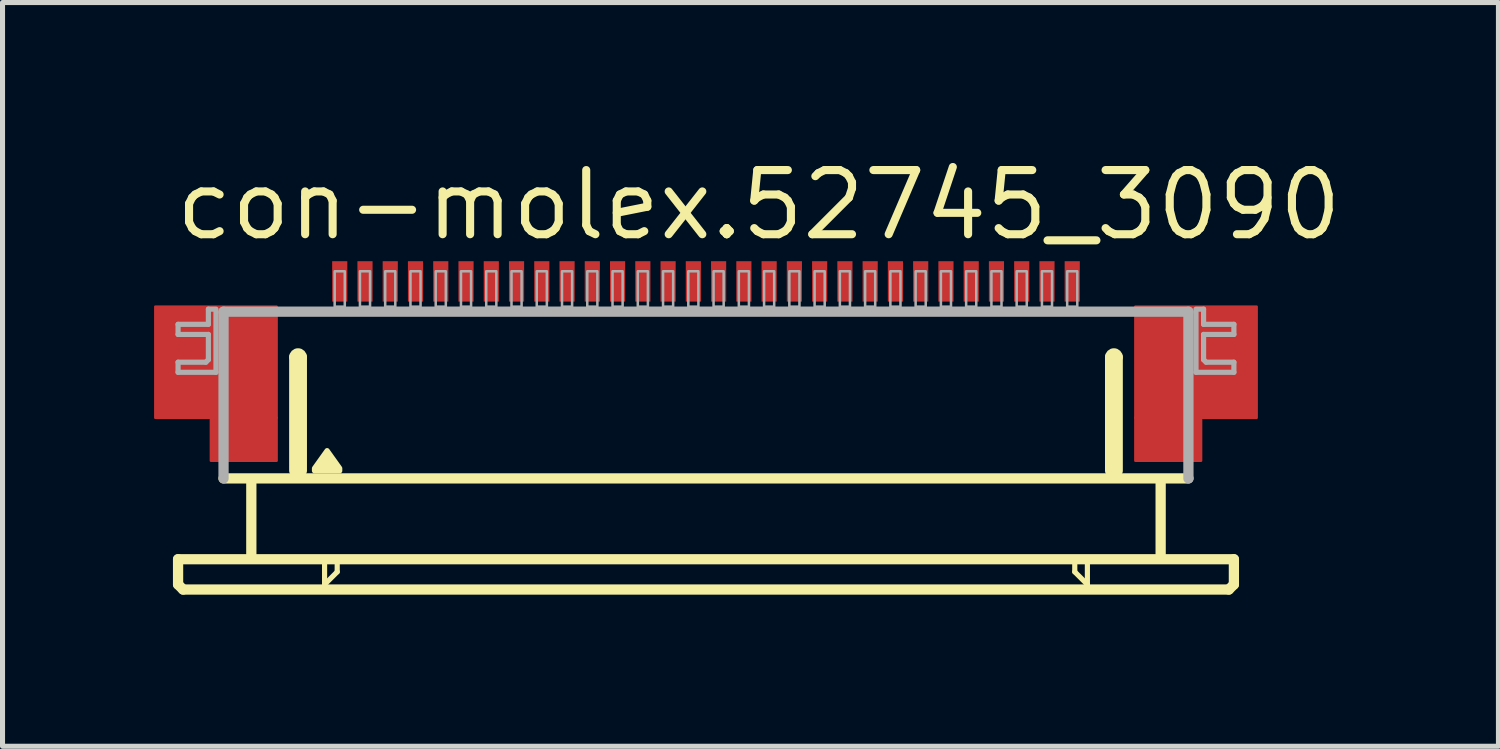
<source format=kicad_pcb>
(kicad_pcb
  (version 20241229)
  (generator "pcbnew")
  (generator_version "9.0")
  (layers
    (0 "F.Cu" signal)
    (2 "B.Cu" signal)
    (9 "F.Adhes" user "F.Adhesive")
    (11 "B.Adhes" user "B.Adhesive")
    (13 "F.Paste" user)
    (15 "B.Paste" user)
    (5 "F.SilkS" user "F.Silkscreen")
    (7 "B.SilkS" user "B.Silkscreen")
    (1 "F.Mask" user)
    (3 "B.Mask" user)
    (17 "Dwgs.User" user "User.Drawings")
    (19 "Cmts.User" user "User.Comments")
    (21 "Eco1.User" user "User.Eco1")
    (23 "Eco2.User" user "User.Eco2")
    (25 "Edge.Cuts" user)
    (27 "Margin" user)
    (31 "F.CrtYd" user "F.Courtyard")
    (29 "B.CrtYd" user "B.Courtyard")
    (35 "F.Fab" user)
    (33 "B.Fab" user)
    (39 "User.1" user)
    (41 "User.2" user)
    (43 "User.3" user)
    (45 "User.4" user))
  (footprint "con-molex.52745_3090"
    (layer "F.Cu")
    (at 10.925 5.02)
    (property "Reference" "con-molex.52745_3090" (at -10.58 -3.27 0) (layer "F.SilkS") (effects (font (size 1.27 1.27) (thickness 0.16)) (justify left bottom)))
    (attr smd)
    (fp_rect (start -10.9 0.2) (end -8.5 -2) (stroke (width 0.05) (type default)) (fill yes) (layer "F.Cu"))
    (fp_rect (start -9.8 1.05) (end -8.5 0.2) (stroke (width 0.05) (type default)) (fill yes) (layer "F.Cu"))
    (fp_rect (start 8.5 0.2) (end 10.9 -2) (stroke (width 0.05) (type default)) (fill yes) (layer "F.Cu"))
    (fp_rect (start 8.5 1.05) (end 9.8 0.2) (stroke (width 0.05) (type default)) (fill yes) (layer "F.Cu"))
    (fp_rect (start -10.9 0.2) (end -9.75 -2) (stroke (width 0.05) (type default)) (fill yes) (layer "F.Mask"))
    (fp_rect (start -9.8 1.05) (end -8.5 -2) (stroke (width 0.05) (type default)) (fill yes) (layer "F.Mask"))
    (fp_rect (start 8.5 1.05) (end 9.8 -2) (stroke (width 0.05) (type default)) (fill yes) (layer "F.Mask"))
    (fp_rect (start 9.75 0.2) (end 10.9 -2) (stroke (width 0.05) (type default)) (fill yes) (layer "F.Mask"))
    (fp_line (start -10.45 3) (end -10.45 3.5) (stroke (width 0.203) (type default)) (layer "F.SilkS"))
    (fp_line (start -10.45 3.5) (end -10.35 3.6) (stroke (width 0.203) (type default)) (layer "F.SilkS"))
    (fp_line (start -10.35 3.6) (end 10.35 3.6) (stroke (width 0.203) (type default)) (layer "F.SilkS"))
    (fp_line (start -9 1.5) (end -9 2.9) (stroke (width 0.203) (type default)) (layer "F.SilkS"))
    (fp_line (start -8.15 1.25) (end -8.15 -1) (stroke (width 0.203) (type default)) (layer "F.SilkS"))
    (fp_line (start -8 -1) (end -8 1.25) (stroke (width 0.203) (type default)) (layer "F.SilkS"))
    (fp_line (start -7.55 3.1) (end -7.55 3.5) (stroke (width 0.102) (type default)) (layer "F.SilkS"))
    (fp_line (start -7.55 3.5) (end -7.3 3.25) (stroke (width 0.102) (type default)) (layer "F.SilkS"))
    (fp_line (start -7.3 3.25) (end -7.3 3.1) (stroke (width 0.102) (type default)) (layer "F.SilkS"))
    (fp_line (start 7.3 3.1) (end 7.3 3.25) (stroke (width 0.102) (type default)) (layer "F.SilkS"))
    (fp_line (start 7.3 3.25) (end 7.55 3.5) (stroke (width 0.102) (type default)) (layer "F.SilkS"))
    (fp_line (start 7.55 3.5) (end 7.55 3.1) (stroke (width 0.102) (type default)) (layer "F.SilkS"))
    (fp_line (start 8 1.25) (end 8 -1) (stroke (width 0.203) (type default)) (layer "F.SilkS"))
    (fp_line (start 8.15 -1) (end 8.15 1.25) (stroke (width 0.203) (type default)) (layer "F.SilkS"))
    (fp_line (start 9 1.5) (end 9 2.9) (stroke (width 0.203) (type default)) (layer "F.SilkS"))
    (fp_line (start 9.55 1.4) (end -9.55 1.4) (stroke (width 0.203) (type default)) (layer "F.SilkS"))
    (fp_line (start 10.35 3.6) (end 10.45 3.5) (stroke (width 0.203) (type default)) (layer "F.SilkS"))
    (fp_line (start 10.45 3) (end -10.45 3) (stroke (width 0.203) (type default)) (layer "F.SilkS"))
    (fp_line (start 10.45 3.5) (end 10.45 3) (stroke (width 0.203) (type default)) (layer "F.SilkS"))
    (fp_arc (start -8.15 -1) (mid -8.075 -1.075) (end -8 -1) (stroke (width 0.2032) (type default)) (layer "F.SilkS"))
    (fp_arc (start 8 -1) (mid 8.075 -1.075) (end 8.15 -1) (stroke (width 0.2032) (type default)) (layer "F.SilkS"))
    (fp_poly (pts (xy -7.75 1.25) (xy -7.75 1.2) (xy -7.5 0.85) (xy -7.25 1.2) (xy -7.25 1.25)) (stroke (width 0.102) (type default)) (fill yes) (layer "F.SilkS"))
    (fp_rect (start -10.7 0.05) (end -8.7 -1.85) (stroke (width 0.05) (type default)) (fill yes) (layer "F.Paste"))
    (fp_rect (start 8.7 0.05) (end 10.7 -1.85) (stroke (width 0.05) (type default)) (fill yes) (layer "F.Paste"))
    (fp_line (start -10.45 -1.65) (end -10.45 -1.45) (stroke (width 0.102) (type default)) (layer "F.Fab"))
    (fp_line (start -10.45 -1.45) (end -9.85 -1.45) (stroke (width 0.102) (type default)) (layer "F.Fab"))
    (fp_line (start -10.45 -0.9) (end -10.45 -0.7) (stroke (width 0.102) (type default)) (layer "F.Fab"))
    (fp_line (start -10.45 -0.7) (end -9.7 -0.7) (stroke (width 0.102) (type default)) (layer "F.Fab"))
    (fp_line (start -9.9 -0.9) (end -10.45 -0.9) (stroke (width 0.102) (type default)) (layer "F.Fab"))
    (fp_line (start -9.85 -1.95) (end -9.85 -1.65) (stroke (width 0.102) (type default)) (layer "F.Fab"))
    (fp_line (start -9.85 -1.65) (end -10.45 -1.65) (stroke (width 0.102) (type default)) (layer "F.Fab"))
    (fp_line (start -9.85 -1.45) (end -9.85 -0.95) (stroke (width 0.102) (type default)) (layer "F.Fab"))
    (fp_line (start -9.85 -0.95) (end -9.9 -0.9) (stroke (width 0.102) (type default)) (layer "F.Fab"))
    (fp_line (start -9.7 -1.95) (end -9.85 -1.95) (stroke (width 0.102) (type default)) (layer "F.Fab"))
    (fp_line (start -9.7 -0.7) (end -9.7 -1.9) (stroke (width 0.102) (type default)) (layer "F.Fab"))
    (fp_line (start -9.55 -1.9) (end 9.55 -1.9) (stroke (width 0.203) (type default)) (layer "F.Fab"))
    (fp_line (start -9.55 1.4) (end -9.55 -1.9) (stroke (width 0.203) (type default)) (layer "F.Fab"))
    (fp_line (start 9.55 -1.9) (end 9.55 1.4) (stroke (width 0.203) (type default)) (layer "F.Fab"))
    (fp_line (start 9.7 -1.95) (end 9.85 -1.95) (stroke (width 0.102) (type default)) (layer "F.Fab"))
    (fp_line (start 9.7 -0.7) (end 9.7 -1.9) (stroke (width 0.102) (type default)) (layer "F.Fab"))
    (fp_line (start 9.85 -1.95) (end 9.85 -1.65) (stroke (width 0.102) (type default)) (layer "F.Fab"))
    (fp_line (start 9.85 -1.65) (end 10.45 -1.65) (stroke (width 0.102) (type default)) (layer "F.Fab"))
    (fp_line (start 9.85 -1.45) (end 9.85 -0.95) (stroke (width 0.102) (type default)) (layer "F.Fab"))
    (fp_line (start 9.85 -0.95) (end 9.9 -0.9) (stroke (width 0.102) (type default)) (layer "F.Fab"))
    (fp_line (start 9.9 -0.9) (end 10.45 -0.9) (stroke (width 0.102) (type default)) (layer "F.Fab"))
    (fp_line (start 10.45 -1.65) (end 10.45 -1.45) (stroke (width 0.102) (type default)) (layer "F.Fab"))
    (fp_line (start 10.45 -1.45) (end 9.85 -1.45) (stroke (width 0.102) (type default)) (layer "F.Fab"))
    (fp_line (start 10.45 -0.9) (end 10.45 -0.7) (stroke (width 0.102) (type default)) (layer "F.Fab"))
    (fp_line (start 10.45 -0.7) (end 9.7 -0.7) (stroke (width 0.102) (type default)) (layer "F.Fab"))
    (fp_rect (start -7.35 -2) (end -7.15 -2.7) (stroke (width 0.05) (type default)) (fill no) (layer "F.Fab"))
    (fp_rect (start -6.85 -2) (end -6.65 -2.7) (stroke (width 0.05) (type default)) (fill no) (layer "F.Fab"))
    (fp_rect (start -6.35 -2) (end -6.15 -2.7) (stroke (width 0.05) (type default)) (fill no) (layer "F.Fab"))
    (fp_rect (start -5.85 -2) (end -5.65 -2.7) (stroke (width 0.05) (type default)) (fill no) (layer "F.Fab"))
    (fp_rect (start -5.35 -2) (end -5.15 -2.7) (stroke (width 0.05) (type default)) (fill no) (layer "F.Fab"))
    (fp_rect (start -4.85 -2) (end -4.65 -2.7) (stroke (width 0.05) (type default)) (fill no) (layer "F.Fab"))
    (fp_rect (start -4.35 -2) (end -4.15 -2.7) (stroke (width 0.05) (type default)) (fill no) (layer "F.Fab"))
    (fp_rect (start -3.85 -2) (end -3.65 -2.7) (stroke (width 0.05) (type default)) (fill no) (layer "F.Fab"))
    (fp_rect (start -3.35 -2) (end -3.15 -2.7) (stroke (width 0.05) (type default)) (fill no) (layer "F.Fab"))
    (fp_rect (start -2.85 -2) (end -2.65 -2.7) (stroke (width 0.05) (type default)) (fill no) (layer "F.Fab"))
    (fp_rect (start -2.35 -2) (end -2.15 -2.7) (stroke (width 0.05) (type default)) (fill no) (layer "F.Fab"))
    (fp_rect (start -1.85 -2) (end -1.65 -2.7) (stroke (width 0.05) (type default)) (fill no) (layer "F.Fab"))
    (fp_rect (start -1.35 -2) (end -1.15 -2.7) (stroke (width 0.05) (type default)) (fill no) (layer "F.Fab"))
    (fp_rect (start -0.85 -2) (end -0.65 -2.7) (stroke (width 0.05) (type default)) (fill no) (layer "F.Fab"))
    (fp_rect (start -0.35 -2) (end -0.15 -2.7) (stroke (width 0.05) (type default)) (fill no) (layer "F.Fab"))
    (fp_rect (start 0.15 -2) (end 0.35 -2.7) (stroke (width 0.05) (type default)) (fill no) (layer "F.Fab"))
    (fp_rect (start 0.65 -2) (end 0.85 -2.7) (stroke (width 0.05) (type default)) (fill no) (layer "F.Fab"))
    (fp_rect (start 1.15 -2) (end 1.35 -2.7) (stroke (width 0.05) (type default)) (fill no) (layer "F.Fab"))
    (fp_rect (start 1.65 -2) (end 1.85 -2.7) (stroke (width 0.05) (type default)) (fill no) (layer "F.Fab"))
    (fp_rect (start 2.15 -2) (end 2.35 -2.7) (stroke (width 0.05) (type default)) (fill no) (layer "F.Fab"))
    (fp_rect (start 2.65 -2) (end 2.85 -2.7) (stroke (width 0.05) (type default)) (fill no) (layer "F.Fab"))
    (fp_rect (start 3.15 -2) (end 3.35 -2.7) (stroke (width 0.05) (type default)) (fill no) (layer "F.Fab"))
    (fp_rect (start 3.65 -2) (end 3.85 -2.7) (stroke (width 0.05) (type default)) (fill no) (layer "F.Fab"))
    (fp_rect (start 4.15 -2) (end 4.35 -2.7) (stroke (width 0.05) (type default)) (fill no) (layer "F.Fab"))
    (fp_rect (start 4.65 -2) (end 4.85 -2.7) (stroke (width 0.05) (type default)) (fill no) (layer "F.Fab"))
    (fp_rect (start 5.15 -2) (end 5.35 -2.7) (stroke (width 0.05) (type default)) (fill no) (layer "F.Fab"))
    (fp_rect (start 5.65 -2) (end 5.85 -2.7) (stroke (width 0.05) (type default)) (fill no) (layer "F.Fab"))
    (fp_rect (start 6.15 -2) (end 6.35 -2.7) (stroke (width 0.05) (type default)) (fill no) (layer "F.Fab"))
    (fp_rect (start 6.65 -2) (end 6.85 -2.7) (stroke (width 0.05) (type default)) (fill no) (layer "F.Fab"))
    (fp_rect (start 7.15 -2) (end 7.35 -2.7) (stroke (width 0.05) (type default)) (fill no) (layer "F.Fab"))
    (pad "1" smd roundrect (at -7.25 -2.5) (size 0.3 0.8) (layers "F.Cu" "F.Mask" "F.Paste") (roundrect_rratio 0.01))
    (pad "2" smd roundrect (at -6.75 -2.5) (size 0.3 0.8) (layers "F.Cu" "F.Mask" "F.Paste") (roundrect_rratio 0.01))
    (pad "3" smd roundrect (at -6.25 -2.5) (size 0.3 0.8) (layers "F.Cu" "F.Mask" "F.Paste") (roundrect_rratio 0.01))
    (pad "4" smd roundrect (at -5.75 -2.5) (size 0.3 0.8) (layers "F.Cu" "F.Mask" "F.Paste") (roundrect_rratio 0.01))
    (pad "5" smd roundrect (at -5.25 -2.5) (size 0.3 0.8) (layers "F.Cu" "F.Mask" "F.Paste") (roundrect_rratio 0.01))
    (pad "6" smd roundrect (at -4.75 -2.5) (size 0.3 0.8) (layers "F.Cu" "F.Mask" "F.Paste") (roundrect_rratio 0.01))
    (pad "7" smd roundrect (at -4.25 -2.5) (size 0.3 0.8) (layers "F.Cu" "F.Mask" "F.Paste") (roundrect_rratio 0.01))
    (pad "8" smd roundrect (at -3.75 -2.5) (size 0.3 0.8) (layers "F.Cu" "F.Mask" "F.Paste") (roundrect_rratio 0.01))
    (pad "9" smd roundrect (at -3.25 -2.5) (size 0.3 0.8) (layers "F.Cu" "F.Mask" "F.Paste") (roundrect_rratio 0.01))
    (pad "10" smd roundrect (at -2.75 -2.5) (size 0.3 0.8) (layers "F.Cu" "F.Mask" "F.Paste") (roundrect_rratio 0.01))
    (pad "11" smd roundrect (at -2.25 -2.5) (size 0.3 0.8) (layers "F.Cu" "F.Mask" "F.Paste") (roundrect_rratio 0.01))
    (pad "12" smd roundrect (at -1.75 -2.5) (size 0.3 0.8) (layers "F.Cu" "F.Mask" "F.Paste") (roundrect_rratio 0.01))
    (pad "13" smd roundrect (at -1.25 -2.5) (size 0.3 0.8) (layers "F.Cu" "F.Mask" "F.Paste") (roundrect_rratio 0.01))
    (pad "14" smd roundrect (at -0.75 -2.5) (size 0.3 0.8) (layers "F.Cu" "F.Mask" "F.Paste") (roundrect_rratio 0.01))
    (pad "15" smd roundrect (at -0.25 -2.5) (size 0.3 0.8) (layers "F.Cu" "F.Mask" "F.Paste") (roundrect_rratio 0.01))
    (pad "16" smd roundrect (at 0.25 -2.5) (size 0.3 0.8) (layers "F.Cu" "F.Mask" "F.Paste") (roundrect_rratio 0.01))
    (pad "17" smd roundrect (at 0.75 -2.5) (size 0.3 0.8) (layers "F.Cu" "F.Mask" "F.Paste") (roundrect_rratio 0.01))
    (pad "18" smd roundrect (at 1.25 -2.5) (size 0.3 0.8) (layers "F.Cu" "F.Mask" "F.Paste") (roundrect_rratio 0.01))
    (pad "19" smd roundrect (at 1.75 -2.5) (size 0.3 0.8) (layers "F.Cu" "F.Mask" "F.Paste") (roundrect_rratio 0.01))
    (pad "20" smd roundrect (at 2.25 -2.5) (size 0.3 0.8) (layers "F.Cu" "F.Mask" "F.Paste") (roundrect_rratio 0.01))
    (pad "21" smd roundrect (at 2.75 -2.5) (size 0.3 0.8) (layers "F.Cu" "F.Mask" "F.Paste") (roundrect_rratio 0.01))
    (pad "22" smd roundrect (at 3.25 -2.5) (size 0.3 0.8) (layers "F.Cu" "F.Mask" "F.Paste") (roundrect_rratio 0.01))
    (pad "23" smd roundrect (at 3.75 -2.5) (size 0.3 0.8) (layers "F.Cu" "F.Mask" "F.Paste") (roundrect_rratio 0.01))
    (pad "24" smd roundrect (at 4.25 -2.5) (size 0.3 0.8) (layers "F.Cu" "F.Mask" "F.Paste") (roundrect_rratio 0.01))
    (pad "25" smd roundrect (at 4.75 -2.5) (size 0.3 0.8) (layers "F.Cu" "F.Mask" "F.Paste") (roundrect_rratio 0.01))
    (pad "26" smd roundrect (at 5.25 -2.5) (size 0.3 0.8) (layers "F.Cu" "F.Mask" "F.Paste") (roundrect_rratio 0.01))
    (pad "27" smd roundrect (at 5.75 -2.5) (size 0.3 0.8) (layers "F.Cu" "F.Mask" "F.Paste") (roundrect_rratio 0.01))
    (pad "28" smd roundrect (at 6.25 -2.5) (size 0.3 0.8) (layers "F.Cu" "F.Mask" "F.Paste") (roundrect_rratio 0.01))
    (pad "29" smd roundrect (at 6.75 -2.5) (size 0.3 0.8) (layers "F.Cu" "F.Mask" "F.Paste") (roundrect_rratio 0.01))
    (pad "30" smd roundrect (at 7.25 -2.5) (size 0.3 0.8) (layers "F.Cu" "F.Mask" "F.Paste") (roundrect_rratio 0.01)))
  (gr_rect
    (start -3 -3)
    (end 26.612 11.722)
    (stroke (width 0.1) (type default))
    (fill no)
    (layer "Edge.Cuts")))
</source>
